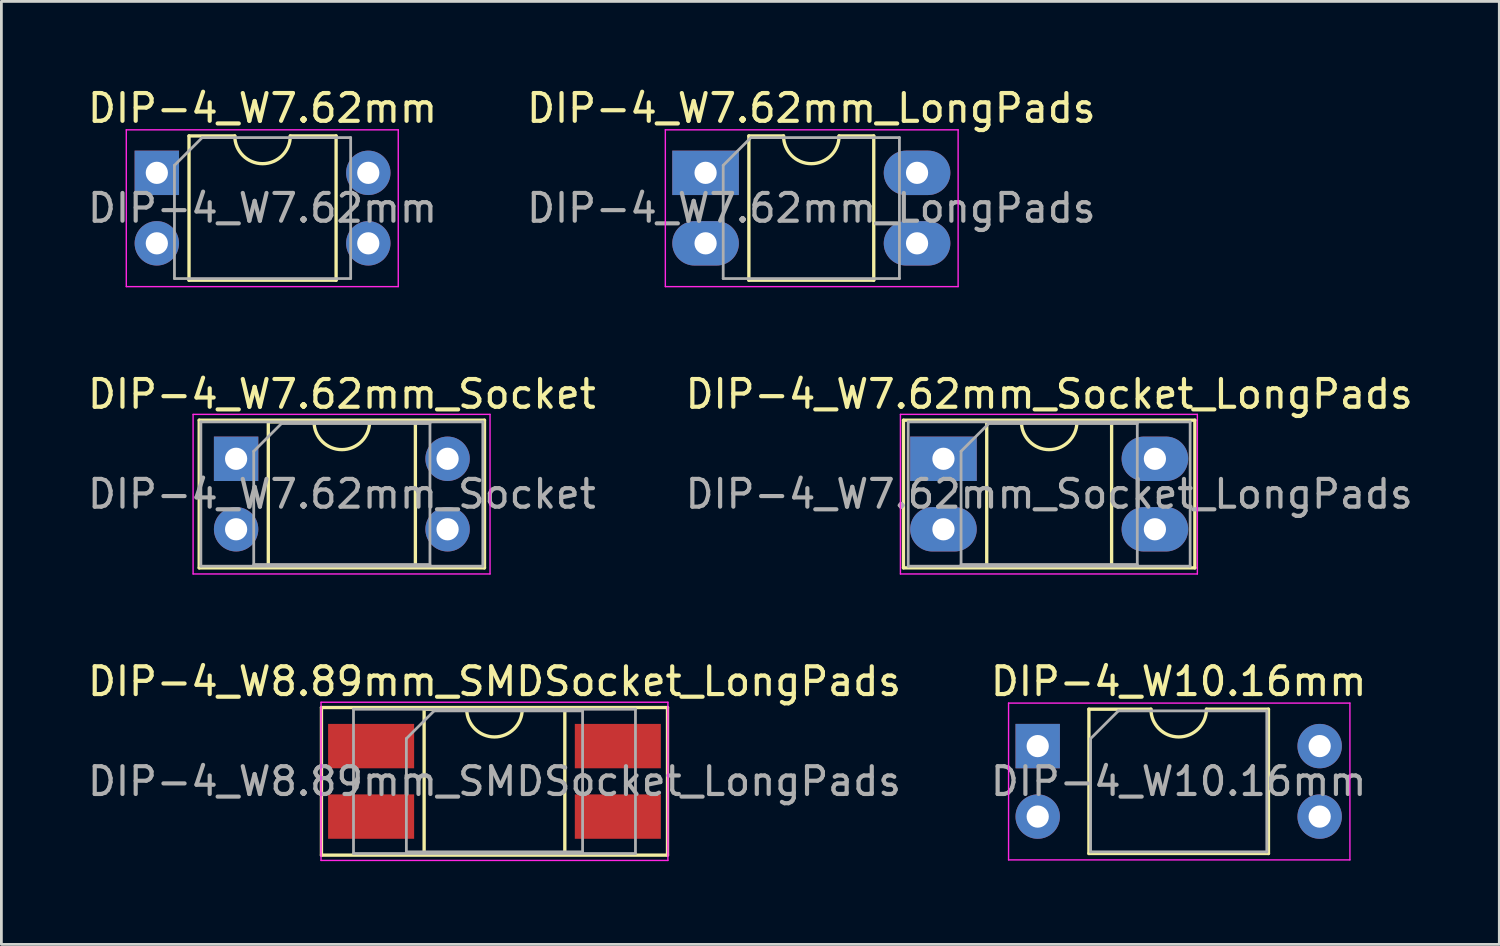
<source format=kicad_pcb>
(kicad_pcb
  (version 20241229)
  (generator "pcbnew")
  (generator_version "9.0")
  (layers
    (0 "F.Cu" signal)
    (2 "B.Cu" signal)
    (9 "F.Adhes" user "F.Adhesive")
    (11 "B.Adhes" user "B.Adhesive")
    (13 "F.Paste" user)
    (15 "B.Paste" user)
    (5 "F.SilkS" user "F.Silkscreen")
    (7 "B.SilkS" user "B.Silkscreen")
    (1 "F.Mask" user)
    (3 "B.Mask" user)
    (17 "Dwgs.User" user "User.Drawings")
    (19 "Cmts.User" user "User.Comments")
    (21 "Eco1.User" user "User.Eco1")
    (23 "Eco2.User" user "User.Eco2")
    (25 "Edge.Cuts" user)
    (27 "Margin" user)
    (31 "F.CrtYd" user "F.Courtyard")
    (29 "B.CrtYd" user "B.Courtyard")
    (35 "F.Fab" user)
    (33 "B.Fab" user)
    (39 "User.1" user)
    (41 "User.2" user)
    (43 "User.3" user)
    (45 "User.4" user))
  (footprint "DIP-4_W10.16mm"
    (layer "F.Cu")
    (at 34.343 23.835)
    (property "Reference" "DIP-4_W10.16mm" (at 5.08 -2.33 0) (layer "F.SilkS") (effects (font (size 1 1) (thickness 0.15))))
    (attr through_hole)
    (fp_line (start 1.845 -1.33) (end 1.845 3.87) (stroke (width 0.12) (type solid)) (layer "F.SilkS"))
    (fp_line (start 1.845 3.87) (end 8.315 3.87) (stroke (width 0.12) (type solid)) (layer "F.SilkS"))
    (fp_line (start 4.08 -1.33) (end 1.845 -1.33) (stroke (width 0.12) (type solid)) (layer "F.SilkS"))
    (fp_line (start 8.315 -1.33) (end 6.08 -1.33) (stroke (width 0.12) (type solid)) (layer "F.SilkS"))
    (fp_line (start 8.315 3.87) (end 8.315 -1.33) (stroke (width 0.12) (type solid)) (layer "F.SilkS"))
    (fp_arc (start 6.08 -1.33) (mid 5.08 -0.33) (end 4.08 -1.33) (stroke (width 0.12) (type solid)) (layer "F.SilkS"))
    (fp_line (start -1.05 -1.55) (end -1.05 4.1) (stroke (width 0.05) (type solid)) (layer "F.CrtYd"))
    (fp_line (start -1.05 4.1) (end 11.25 4.1) (stroke (width 0.05) (type solid)) (layer "F.CrtYd"))
    (fp_line (start 11.25 -1.55) (end -1.05 -1.55) (stroke (width 0.05) (type solid)) (layer "F.CrtYd"))
    (fp_line (start 11.25 4.1) (end 11.25 -1.55) (stroke (width 0.05) (type solid)) (layer "F.CrtYd"))
    (fp_line (start 1.905 -0.27) (end 2.905 -1.27) (stroke (width 0.1) (type solid)) (layer "F.Fab"))
    (fp_line (start 1.905 3.81) (end 1.905 -0.27) (stroke (width 0.1) (type solid)) (layer "F.Fab"))
    (fp_line (start 2.905 -1.27) (end 8.255 -1.27) (stroke (width 0.1) (type solid)) (layer "F.Fab"))
    (fp_line (start 8.255 -1.27) (end 8.255 3.81) (stroke (width 0.1) (type solid)) (layer "F.Fab"))
    (fp_line (start 8.255 3.81) (end 1.905 3.81) (stroke (width 0.1) (type solid)) (layer "F.Fab"))
    (fp_text user "${REFERENCE}" (at 5.08 1.27 0) (layer "F.Fab") (effects (font (size 1 1) (thickness 0.15))))
    (pad "1" thru_hole rect (at 0 0) (size 1.6 1.6) (drill 0.8) (layers "*.Cu" "*.Mask"))
    (pad "2" thru_hole oval (at 0 2.54) (size 1.6 1.6) (drill 0.8) (layers "*.Cu" "*.Mask"))
    (pad "3" thru_hole oval (at 10.16 2.54) (size 1.6 1.6) (drill 0.8) (layers "*.Cu" "*.Mask"))
    (pad "4" thru_hole oval (at 10.16 0) (size 1.6 1.6) (drill 0.8) (layers "*.Cu" "*.Mask")))
  (footprint "DIP-4_W7.62mm_Socket_LongPads"
    (layer "F.Cu")
    (at 30.946 13.482)
    (property "Reference" "DIP-4_W7.62mm_Socket_LongPads" (at 3.81 -2.33 0) (layer "F.SilkS") (effects (font (size 1 1) (thickness 0.15))))
    (attr through_hole)
    (fp_line (start -1.44 -1.39) (end -1.44 3.93) (stroke (width 0.12) (type solid)) (layer "F.SilkS"))
    (fp_line (start -1.44 3.93) (end 9.06 3.93) (stroke (width 0.12) (type solid)) (layer "F.SilkS"))
    (fp_line (start 1.56 -1.33) (end 1.56 3.87) (stroke (width 0.12) (type solid)) (layer "F.SilkS"))
    (fp_line (start 1.56 3.87) (end 6.06 3.87) (stroke (width 0.12) (type solid)) (layer "F.SilkS"))
    (fp_line (start 2.81 -1.33) (end 1.56 -1.33) (stroke (width 0.12) (type solid)) (layer "F.SilkS"))
    (fp_line (start 6.06 -1.33) (end 4.81 -1.33) (stroke (width 0.12) (type solid)) (layer "F.SilkS"))
    (fp_line (start 6.06 3.87) (end 6.06 -1.33) (stroke (width 0.12) (type solid)) (layer "F.SilkS"))
    (fp_line (start 9.06 -1.39) (end -1.44 -1.39) (stroke (width 0.12) (type solid)) (layer "F.SilkS"))
    (fp_line (start 9.06 3.93) (end 9.06 -1.39) (stroke (width 0.12) (type solid)) (layer "F.SilkS"))
    (fp_arc (start 4.81 -1.33) (mid 3.81 -0.33) (end 2.81 -1.33) (stroke (width 0.12) (type solid)) (layer "F.SilkS"))
    (fp_line (start -1.55 -1.6) (end -1.55 4.15) (stroke (width 0.05) (type solid)) (layer "F.CrtYd"))
    (fp_line (start -1.55 4.15) (end 9.15 4.15) (stroke (width 0.05) (type solid)) (layer "F.CrtYd"))
    (fp_line (start 9.15 -1.6) (end -1.55 -1.6) (stroke (width 0.05) (type solid)) (layer "F.CrtYd"))
    (fp_line (start 9.15 4.15) (end 9.15 -1.6) (stroke (width 0.05) (type solid)) (layer "F.CrtYd"))
    (fp_line (start -1.27 -1.33) (end -1.27 3.87) (stroke (width 0.1) (type solid)) (layer "F.Fab"))
    (fp_line (start -1.27 3.87) (end 8.89 3.87) (stroke (width 0.1) (type solid)) (layer "F.Fab"))
    (fp_line (start 0.635 -0.27) (end 1.635 -1.27) (stroke (width 0.1) (type solid)) (layer "F.Fab"))
    (fp_line (start 0.635 3.81) (end 0.635 -0.27) (stroke (width 0.1) (type solid)) (layer "F.Fab"))
    (fp_line (start 1.635 -1.27) (end 6.985 -1.27) (stroke (width 0.1) (type solid)) (layer "F.Fab"))
    (fp_line (start 6.985 -1.27) (end 6.985 3.81) (stroke (width 0.1) (type solid)) (layer "F.Fab"))
    (fp_line (start 6.985 3.81) (end 0.635 3.81) (stroke (width 0.1) (type solid)) (layer "F.Fab"))
    (fp_line (start 8.89 -1.33) (end -1.27 -1.33) (stroke (width 0.1) (type solid)) (layer "F.Fab"))
    (fp_line (start 8.89 3.87) (end 8.89 -1.33) (stroke (width 0.1) (type solid)) (layer "F.Fab"))
    (fp_text user "${REFERENCE}" (at 3.81 1.27 0) (layer "F.Fab") (effects (font (size 1 1) (thickness 0.15))))
    (pad "1" thru_hole rect (at 0 0) (size 2.4 1.6) (drill 0.8) (layers "*.Cu" "*.Mask"))
    (pad "2" thru_hole oval (at 0 2.54) (size 2.4 1.6) (drill 0.8) (layers "*.Cu" "*.Mask"))
    (pad "3" thru_hole oval (at 7.62 2.54) (size 2.4 1.6) (drill 0.8) (layers "*.Cu" "*.Mask"))
    (pad "4" thru_hole oval (at 7.62 0) (size 2.4 1.6) (drill 0.8) (layers "*.Cu" "*.Mask")))
  (footprint "DIP-4_W7.62mm"
    (layer "F.Cu")
    (at 2.601 3.178)
    (property "Reference" "DIP-4_W7.62mm" (at 3.81 -2.33 0) (layer "F.SilkS") (effects (font (size 1 1) (thickness 0.15))))
    (attr through_hole)
    (fp_line (start 1.16 -1.33) (end 1.16 3.87) (stroke (width 0.12) (type solid)) (layer "F.SilkS"))
    (fp_line (start 1.16 3.87) (end 6.46 3.87) (stroke (width 0.12) (type solid)) (layer "F.SilkS"))
    (fp_line (start 2.81 -1.33) (end 1.16 -1.33) (stroke (width 0.12) (type solid)) (layer "F.SilkS"))
    (fp_line (start 6.46 -1.33) (end 4.81 -1.33) (stroke (width 0.12) (type solid)) (layer "F.SilkS"))
    (fp_line (start 6.46 3.87) (end 6.46 -1.33) (stroke (width 0.12) (type solid)) (layer "F.SilkS"))
    (fp_arc (start 4.81 -1.33) (mid 3.81 -0.33) (end 2.81 -1.33) (stroke (width 0.12) (type solid)) (layer "F.SilkS"))
    (fp_line (start -1.1 -1.55) (end -1.1 4.1) (stroke (width 0.05) (type solid)) (layer "F.CrtYd"))
    (fp_line (start -1.1 4.1) (end 8.7 4.1) (stroke (width 0.05) (type solid)) (layer "F.CrtYd"))
    (fp_line (start 8.7 -1.55) (end -1.1 -1.55) (stroke (width 0.05) (type solid)) (layer "F.CrtYd"))
    (fp_line (start 8.7 4.1) (end 8.7 -1.55) (stroke (width 0.05) (type solid)) (layer "F.CrtYd"))
    (fp_line (start 0.635 -0.27) (end 1.635 -1.27) (stroke (width 0.1) (type solid)) (layer "F.Fab"))
    (fp_line (start 0.635 3.81) (end 0.635 -0.27) (stroke (width 0.1) (type solid)) (layer "F.Fab"))
    (fp_line (start 1.635 -1.27) (end 6.985 -1.27) (stroke (width 0.1) (type solid)) (layer "F.Fab"))
    (fp_line (start 6.985 -1.27) (end 6.985 3.81) (stroke (width 0.1) (type solid)) (layer "F.Fab"))
    (fp_line (start 6.985 3.81) (end 0.635 3.81) (stroke (width 0.1) (type solid)) (layer "F.Fab"))
    (fp_text user "${REFERENCE}" (at 3.81 1.27 0) (layer "F.Fab") (effects (font (size 1 1) (thickness 0.15))))
    (pad "1" thru_hole rect (at 0 0) (size 1.6 1.6) (drill 0.8) (layers "*.Cu" "*.Mask"))
    (pad "2" thru_hole oval (at 0 2.54) (size 1.6 1.6) (drill 0.8) (layers "*.Cu" "*.Mask"))
    (pad "3" thru_hole oval (at 7.62 2.54) (size 1.6 1.6) (drill 0.8) (layers "*.Cu" "*.Mask"))
    (pad "4" thru_hole oval (at 7.62 0) (size 1.6 1.6) (drill 0.8) (layers "*.Cu" "*.Mask")))
  (footprint "DIP-4_W8.89mm_SMDSocket_LongPads"
    (layer "F.Cu")
    (at 14.768 25.105)
    (property "Reference" "DIP-4_W8.89mm_SMDSocket_LongPads" (at 0 -3.6 0) (layer "F.SilkS") (effects (font (size 1 1) (thickness 0.15))))
    (attr smd)
    (fp_line (start -6.235 -2.66) (end -6.235 2.66) (stroke (width 0.12) (type solid)) (layer "F.SilkS"))
    (fp_line (start -6.235 2.66) (end 6.235 2.66) (stroke (width 0.12) (type solid)) (layer "F.SilkS"))
    (fp_line (start -2.535 -2.6) (end -2.535 2.6) (stroke (width 0.12) (type solid)) (layer "F.SilkS"))
    (fp_line (start -2.535 2.6) (end 2.535 2.6) (stroke (width 0.12) (type solid)) (layer "F.SilkS"))
    (fp_line (start -1 -2.6) (end -2.535 -2.6) (stroke (width 0.12) (type solid)) (layer "F.SilkS"))
    (fp_line (start 2.535 -2.6) (end 1 -2.6) (stroke (width 0.12) (type solid)) (layer "F.SilkS"))
    (fp_line (start 2.535 2.6) (end 2.535 -2.6) (stroke (width 0.12) (type solid)) (layer "F.SilkS"))
    (fp_line (start 6.235 -2.66) (end -6.235 -2.66) (stroke (width 0.12) (type solid)) (layer "F.SilkS"))
    (fp_line (start 6.235 2.66) (end 6.235 -2.66) (stroke (width 0.12) (type solid)) (layer "F.SilkS"))
    (fp_arc (start 1 -2.6) (mid 0 -1.6) (end -1 -2.6) (stroke (width 0.12) (type solid)) (layer "F.SilkS"))
    (fp_line (start -6.25 -2.85) (end -6.25 2.85) (stroke (width 0.05) (type solid)) (layer "F.CrtYd"))
    (fp_line (start -6.25 2.85) (end 6.25 2.85) (stroke (width 0.05) (type solid)) (layer "F.CrtYd"))
    (fp_line (start 6.25 -2.85) (end -6.25 -2.85) (stroke (width 0.05) (type solid)) (layer "F.CrtYd"))
    (fp_line (start 6.25 2.85) (end 6.25 -2.85) (stroke (width 0.05) (type solid)) (layer "F.CrtYd"))
    (fp_line (start -5.08 -2.6) (end -5.08 2.6) (stroke (width 0.1) (type solid)) (layer "F.Fab"))
    (fp_line (start -5.08 2.6) (end 5.08 2.6) (stroke (width 0.1) (type solid)) (layer "F.Fab"))
    (fp_line (start -3.175 -1.54) (end -2.175 -2.54) (stroke (width 0.1) (type solid)) (layer "F.Fab"))
    (fp_line (start -3.175 2.54) (end -3.175 -1.54) (stroke (width 0.1) (type solid)) (layer "F.Fab"))
    (fp_line (start -2.175 -2.54) (end 3.175 -2.54) (stroke (width 0.1) (type solid)) (layer "F.Fab"))
    (fp_line (start 3.175 -2.54) (end 3.175 2.54) (stroke (width 0.1) (type solid)) (layer "F.Fab"))
    (fp_line (start 3.175 2.54) (end -3.175 2.54) (stroke (width 0.1) (type solid)) (layer "F.Fab"))
    (fp_line (start 5.08 -2.6) (end -5.08 -2.6) (stroke (width 0.1) (type solid)) (layer "F.Fab"))
    (fp_line (start 5.08 2.6) (end 5.08 -2.6) (stroke (width 0.1) (type solid)) (layer "F.Fab"))
    (fp_text user "${REFERENCE}" (at 0 0 0) (layer "F.Fab") (effects (font (size 1 1) (thickness 0.15))))
    (pad "1" smd rect (at -4.445 -1.27) (size 3.1 1.6) (layers "F.Cu" "F.Mask" "F.Paste"))
    (pad "2" smd rect (at -4.445 1.27) (size 3.1 1.6) (layers "F.Cu" "F.Mask" "F.Paste"))
    (pad "3" smd rect (at 4.445 1.27) (size 3.1 1.6) (layers "F.Cu" "F.Mask" "F.Paste"))
    (pad "4" smd rect (at 4.445 -1.27) (size 3.1 1.6) (layers "F.Cu" "F.Mask" "F.Paste")))
  (footprint "DIP-4_W7.62mm_Socket"
    (layer "F.Cu")
    (at 5.458 13.482)
    (property "Reference" "DIP-4_W7.62mm_Socket" (at 3.81 -2.33 0) (layer "F.SilkS") (effects (font (size 1 1) (thickness 0.15))))
    (attr through_hole)
    (fp_line (start -1.33 -1.39) (end -1.33 3.93) (stroke (width 0.12) (type solid)) (layer "F.SilkS"))
    (fp_line (start -1.33 3.93) (end 8.95 3.93) (stroke (width 0.12) (type solid)) (layer "F.SilkS"))
    (fp_line (start 1.16 -1.33) (end 1.16 3.87) (stroke (width 0.12) (type solid)) (layer "F.SilkS"))
    (fp_line (start 1.16 3.87) (end 6.46 3.87) (stroke (width 0.12) (type solid)) (layer "F.SilkS"))
    (fp_line (start 2.81 -1.33) (end 1.16 -1.33) (stroke (width 0.12) (type solid)) (layer "F.SilkS"))
    (fp_line (start 6.46 -1.33) (end 4.81 -1.33) (stroke (width 0.12) (type solid)) (layer "F.SilkS"))
    (fp_line (start 6.46 3.87) (end 6.46 -1.33) (stroke (width 0.12) (type solid)) (layer "F.SilkS"))
    (fp_line (start 8.95 -1.39) (end -1.33 -1.39) (stroke (width 0.12) (type solid)) (layer "F.SilkS"))
    (fp_line (start 8.95 3.93) (end 8.95 -1.39) (stroke (width 0.12) (type solid)) (layer "F.SilkS"))
    (fp_arc (start 4.81 -1.33) (mid 3.81 -0.33) (end 2.81 -1.33) (stroke (width 0.12) (type solid)) (layer "F.SilkS"))
    (fp_line (start -1.55 -1.6) (end -1.55 4.15) (stroke (width 0.05) (type solid)) (layer "F.CrtYd"))
    (fp_line (start -1.55 4.15) (end 9.15 4.15) (stroke (width 0.05) (type solid)) (layer "F.CrtYd"))
    (fp_line (start 9.15 -1.6) (end -1.55 -1.6) (stroke (width 0.05) (type solid)) (layer "F.CrtYd"))
    (fp_line (start 9.15 4.15) (end 9.15 -1.6) (stroke (width 0.05) (type solid)) (layer "F.CrtYd"))
    (fp_line (start -1.27 -1.33) (end -1.27 3.87) (stroke (width 0.1) (type solid)) (layer "F.Fab"))
    (fp_line (start -1.27 3.87) (end 8.89 3.87) (stroke (width 0.1) (type solid)) (layer "F.Fab"))
    (fp_line (start 0.635 -0.27) (end 1.635 -1.27) (stroke (width 0.1) (type solid)) (layer "F.Fab"))
    (fp_line (start 0.635 3.81) (end 0.635 -0.27) (stroke (width 0.1) (type solid)) (layer "F.Fab"))
    (fp_line (start 1.635 -1.27) (end 6.985 -1.27) (stroke (width 0.1) (type solid)) (layer "F.Fab"))
    (fp_line (start 6.985 -1.27) (end 6.985 3.81) (stroke (width 0.1) (type solid)) (layer "F.Fab"))
    (fp_line (start 6.985 3.81) (end 0.635 3.81) (stroke (width 0.1) (type solid)) (layer "F.Fab"))
    (fp_line (start 8.89 -1.33) (end -1.27 -1.33) (stroke (width 0.1) (type solid)) (layer "F.Fab"))
    (fp_line (start 8.89 3.87) (end 8.89 -1.33) (stroke (width 0.1) (type solid)) (layer "F.Fab"))
    (fp_text user "${REFERENCE}" (at 3.81 1.27 0) (layer "F.Fab") (effects (font (size 1 1) (thickness 0.15))))
    (pad "1" thru_hole rect (at 0 0) (size 1.6 1.6) (drill 0.8) (layers "*.Cu" "*.Mask"))
    (pad "2" thru_hole oval (at 0 2.54) (size 1.6 1.6) (drill 0.8) (layers "*.Cu" "*.Mask"))
    (pad "3" thru_hole oval (at 7.62 2.54) (size 1.6 1.6) (drill 0.8) (layers "*.Cu" "*.Mask"))
    (pad "4" thru_hole oval (at 7.62 0) (size 1.6 1.6) (drill 0.8) (layers "*.Cu" "*.Mask")))
  (footprint "DIP-4_W7.62mm_LongPads"
    (layer "F.Cu")
    (at 22.375 3.178)
    (property "Reference" "DIP-4_W7.62mm_LongPads" (at 3.81 -2.33 0) (layer "F.SilkS") (effects (font (size 1 1) (thickness 0.15))))
    (attr through_hole)
    (fp_line (start 1.56 -1.33) (end 1.56 3.87) (stroke (width 0.12) (type solid)) (layer "F.SilkS"))
    (fp_line (start 1.56 3.87) (end 6.06 3.87) (stroke (width 0.12) (type solid)) (layer "F.SilkS"))
    (fp_line (start 2.81 -1.33) (end 1.56 -1.33) (stroke (width 0.12) (type solid)) (layer "F.SilkS"))
    (fp_line (start 6.06 -1.33) (end 4.81 -1.33) (stroke (width 0.12) (type solid)) (layer "F.SilkS"))
    (fp_line (start 6.06 3.87) (end 6.06 -1.33) (stroke (width 0.12) (type solid)) (layer "F.SilkS"))
    (fp_arc (start 4.81 -1.33) (mid 3.81 -0.33) (end 2.81 -1.33) (stroke (width 0.12) (type solid)) (layer "F.SilkS"))
    (fp_line (start -1.45 -1.55) (end -1.45 4.1) (stroke (width 0.05) (type solid)) (layer "F.CrtYd"))
    (fp_line (start -1.45 4.1) (end 9.1 4.1) (stroke (width 0.05) (type solid)) (layer "F.CrtYd"))
    (fp_line (start 9.1 -1.55) (end -1.45 -1.55) (stroke (width 0.05) (type solid)) (layer "F.CrtYd"))
    (fp_line (start 9.1 4.1) (end 9.1 -1.55) (stroke (width 0.05) (type solid)) (layer "F.CrtYd"))
    (fp_line (start 0.635 -0.27) (end 1.635 -1.27) (stroke (width 0.1) (type solid)) (layer "F.Fab"))
    (fp_line (start 0.635 3.81) (end 0.635 -0.27) (stroke (width 0.1) (type solid)) (layer "F.Fab"))
    (fp_line (start 1.635 -1.27) (end 6.985 -1.27) (stroke (width 0.1) (type solid)) (layer "F.Fab"))
    (fp_line (start 6.985 -1.27) (end 6.985 3.81) (stroke (width 0.1) (type solid)) (layer "F.Fab"))
    (fp_line (start 6.985 3.81) (end 0.635 3.81) (stroke (width 0.1) (type solid)) (layer "F.Fab"))
    (fp_text user "${REFERENCE}" (at 3.81 1.27 0) (layer "F.Fab") (effects (font (size 1 1) (thickness 0.15))))
    (pad "1" thru_hole rect (at 0 0) (size 2.4 1.6) (drill 0.8) (layers "*.Cu" "*.Mask"))
    (pad "2" thru_hole oval (at 0 2.54) (size 2.4 1.6) (drill 0.8) (layers "*.Cu" "*.Mask"))
    (pad "3" thru_hole oval (at 7.62 2.54) (size 2.4 1.6) (drill 0.8) (layers "*.Cu" "*.Mask"))
    (pad "4" thru_hole oval (at 7.62 0) (size 2.4 1.6) (drill 0.8) (layers "*.Cu" "*.Mask")))
  (gr_rect
    (start -3 -3)
    (end 50.976 30.98)
    (stroke (width 0.1) (type default))
    (fill no)
    (layer "Edge.Cuts")))
</source>
